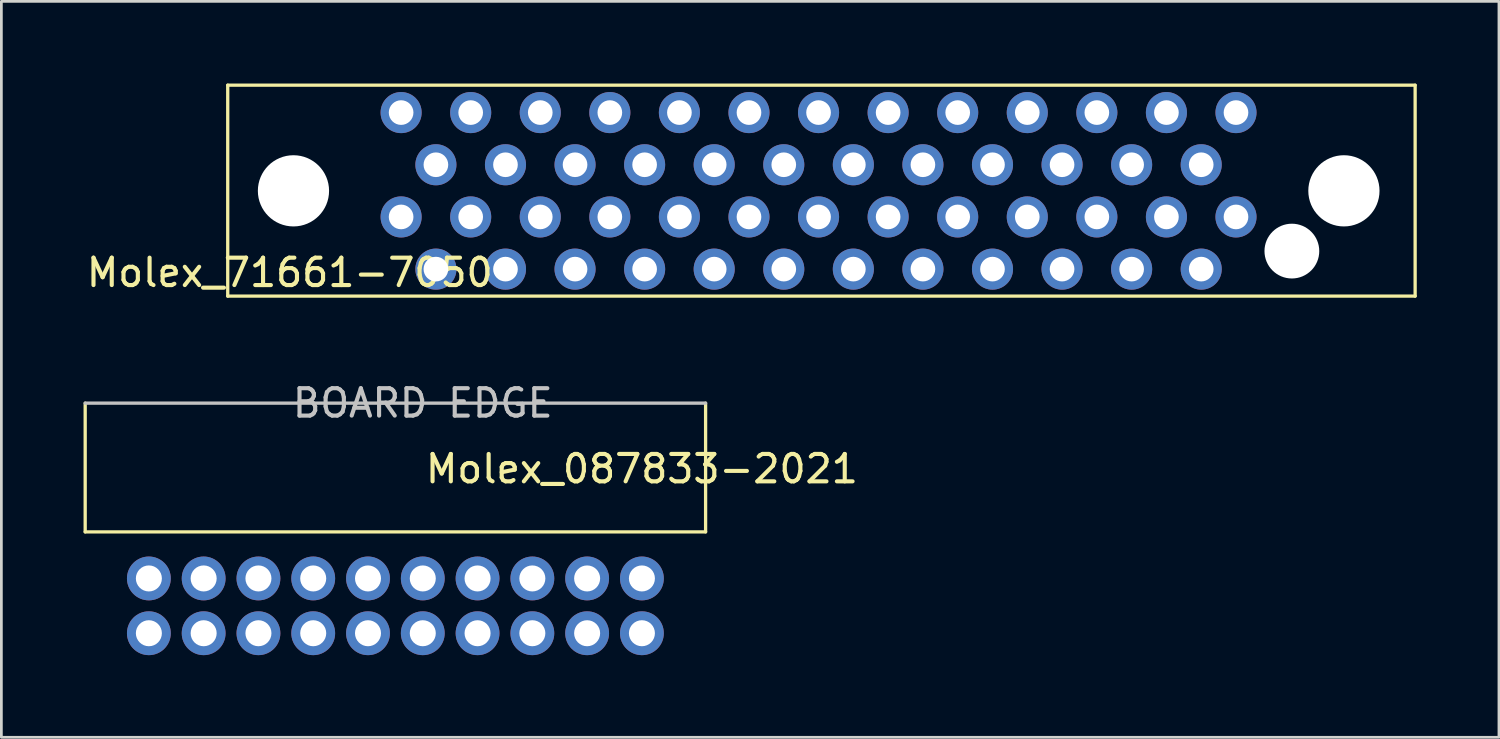
<source format=kicad_pcb>
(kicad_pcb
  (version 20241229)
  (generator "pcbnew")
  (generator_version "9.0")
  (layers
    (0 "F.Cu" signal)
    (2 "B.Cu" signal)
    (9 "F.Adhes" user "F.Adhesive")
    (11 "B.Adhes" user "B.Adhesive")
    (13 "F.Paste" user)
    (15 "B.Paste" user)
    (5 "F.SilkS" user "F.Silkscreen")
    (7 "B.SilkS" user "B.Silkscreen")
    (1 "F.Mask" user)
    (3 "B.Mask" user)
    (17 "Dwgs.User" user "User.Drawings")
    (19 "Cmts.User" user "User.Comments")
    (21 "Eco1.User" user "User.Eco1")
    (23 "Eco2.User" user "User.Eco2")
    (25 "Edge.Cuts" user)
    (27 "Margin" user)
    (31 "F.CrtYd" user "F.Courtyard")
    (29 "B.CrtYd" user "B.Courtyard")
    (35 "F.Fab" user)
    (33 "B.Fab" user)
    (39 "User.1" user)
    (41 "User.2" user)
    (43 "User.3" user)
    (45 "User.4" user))
  (footprint "Molex_71661-7050"
    (layer "F.Cu")
    (at 46.014 3.917)
    (property "Reference" "Molex_71661-7050" (at -38.484 2.985 0) (layer "F.SilkS") (effects (font (size 1 1) (thickness 0.15))))
    (attr through_hole)
    (fp_line (start -40.75 -3.857) (end -40.75 3.843) (stroke (width 0.12) (type solid)) (layer "F.SilkS"))
    (fp_line (start -40.75 -3.857) (end 2.6 -3.857) (stroke (width 0.12) (type solid)) (layer "F.SilkS"))
    (fp_line (start -40.75 3.843) (end 2.6 3.843) (stroke (width 0.12) (type solid)) (layer "F.SilkS"))
    (fp_line (start 2.6 -3.857) (end 2.6 3.843) (stroke (width 0.12) (type solid)) (layer "F.SilkS"))
    (pad "" np_thru_hole circle (at -38.35 0) (size 2.6 2.6) (drill 2.6) (layers "*.Cu" "*.Mask"))
    (pad "" np_thru_hole circle (at -1.9 2.2) (size 2 2) (drill 2) (layers "*.Cu" "*.Mask"))
    (pad "" np_thru_hole circle (at 0 0) (size 2.6 2.6) (drill 2.6) (layers "*.Cu" "*.Mask"))
    (pad "1" thru_hole circle (at -3.94 -2.857) (size 1.5 1.5) (drill 0.9) (layers "*.Cu" "*.Mask"))
    (pad "2" thru_hole circle (at -5.21 -0.952) (size 1.5 1.5) (drill 0.9) (layers "*.Cu" "*.Mask"))
    (pad "3" thru_hole circle (at -6.48 -2.857) (size 1.5 1.5) (drill 0.9) (layers "*.Cu" "*.Mask"))
    (pad "4" thru_hole circle (at -7.75 -0.952) (size 1.5 1.5) (drill 0.9) (layers "*.Cu" "*.Mask"))
    (pad "5" thru_hole circle (at -9.02 -2.857) (size 1.5 1.5) (drill 0.9) (layers "*.Cu" "*.Mask"))
    (pad "6" thru_hole circle (at -10.29 -0.952) (size 1.5 1.5) (drill 0.9) (layers "*.Cu" "*.Mask"))
    (pad "7" thru_hole circle (at -11.56 -2.857) (size 1.5 1.5) (drill 0.9) (layers "*.Cu" "*.Mask"))
    (pad "8" thru_hole circle (at -12.83 -0.952) (size 1.5 1.5) (drill 0.9) (layers "*.Cu" "*.Mask"))
    (pad "9" thru_hole circle (at -14.1 -2.857) (size 1.5 1.5) (drill 0.9) (layers "*.Cu" "*.Mask"))
    (pad "10" thru_hole circle (at -15.37 -0.952) (size 1.5 1.5) (drill 0.9) (layers "*.Cu" "*.Mask"))
    (pad "11" thru_hole circle (at -16.64 -2.857) (size 1.5 1.5) (drill 0.9) (layers "*.Cu" "*.Mask"))
    (pad "12" thru_hole circle (at -17.91 -0.952) (size 1.5 1.5) (drill 0.9) (layers "*.Cu" "*.Mask"))
    (pad "13" thru_hole circle (at -19.18 -2.857) (size 1.5 1.5) (drill 0.9) (layers "*.Cu" "*.Mask"))
    (pad "14" thru_hole circle (at -20.45 -0.952) (size 1.5 1.5) (drill 0.9) (layers "*.Cu" "*.Mask"))
    (pad "15" thru_hole circle (at -21.72 -2.857) (size 1.5 1.5) (drill 0.9) (layers "*.Cu" "*.Mask"))
    (pad "16" thru_hole circle (at -22.99 -0.952) (size 1.5 1.5) (drill 0.9) (layers "*.Cu" "*.Mask"))
    (pad "17" thru_hole circle (at -24.26 -2.857) (size 1.5 1.5) (drill 0.9) (layers "*.Cu" "*.Mask"))
    (pad "18" thru_hole circle (at -25.53 -0.952) (size 1.5 1.5) (drill 0.9) (layers "*.Cu" "*.Mask"))
    (pad "19" thru_hole circle (at -26.8 -2.857) (size 1.5 1.5) (drill 0.9) (layers "*.Cu" "*.Mask"))
    (pad "20" thru_hole circle (at -28.07 -0.952) (size 1.5 1.5) (drill 0.9) (layers "*.Cu" "*.Mask"))
    (pad "21" thru_hole circle (at -29.34 -2.857) (size 1.5 1.5) (drill 0.9) (layers "*.Cu" "*.Mask"))
    (pad "22" thru_hole circle (at -30.61 -0.952) (size 1.5 1.5) (drill 0.9) (layers "*.Cu" "*.Mask"))
    (pad "23" thru_hole circle (at -31.88 -2.857) (size 1.5 1.5) (drill 0.9) (layers "*.Cu" "*.Mask"))
    (pad "24" thru_hole circle (at -33.15 -0.952) (size 1.5 1.5) (drill 0.9) (layers "*.Cu" "*.Mask"))
    (pad "25" thru_hole circle (at -34.42 -2.857) (size 1.5 1.5) (drill 0.9) (layers "*.Cu" "*.Mask"))
    (pad "26" thru_hole circle (at -3.94 0.953) (size 1.5 1.5) (drill 0.9) (layers "*.Cu" "*.Mask"))
    (pad "27" thru_hole circle (at -5.21 2.858) (size 1.5 1.5) (drill 0.9) (layers "*.Cu" "*.Mask"))
    (pad "28" thru_hole circle (at -6.48 0.953) (size 1.5 1.5) (drill 0.9) (layers "*.Cu" "*.Mask"))
    (pad "29" thru_hole circle (at -7.75 2.858) (size 1.5 1.5) (drill 0.9) (layers "*.Cu" "*.Mask"))
    (pad "30" thru_hole circle (at -9.02 0.953) (size 1.5 1.5) (drill 0.9) (layers "*.Cu" "*.Mask"))
    (pad "31" thru_hole circle (at -10.29 2.858) (size 1.5 1.5) (drill 0.9) (layers "*.Cu" "*.Mask"))
    (pad "32" thru_hole circle (at -11.56 0.953) (size 1.5 1.5) (drill 0.9) (layers "*.Cu" "*.Mask"))
    (pad "33" thru_hole circle (at -12.83 2.858) (size 1.5 1.5) (drill 0.9) (layers "*.Cu" "*.Mask"))
    (pad "34" thru_hole circle (at -14.1 0.953) (size 1.5 1.5) (drill 0.9) (layers "*.Cu" "*.Mask"))
    (pad "35" thru_hole circle (at -15.37 2.858) (size 1.5 1.5) (drill 0.9) (layers "*.Cu" "*.Mask"))
    (pad "36" thru_hole circle (at -16.64 0.953) (size 1.5 1.5) (drill 0.9) (layers "*.Cu" "*.Mask"))
    (pad "37" thru_hole circle (at -17.91 2.858) (size 1.5 1.5) (drill 0.9) (layers "*.Cu" "*.Mask"))
    (pad "38" thru_hole circle (at -19.18 0.953) (size 1.5 1.5) (drill 0.9) (layers "*.Cu" "*.Mask"))
    (pad "39" thru_hole circle (at -20.45 2.858) (size 1.5 1.5) (drill 0.9) (layers "*.Cu" "*.Mask"))
    (pad "40" thru_hole circle (at -21.72 0.953) (size 1.5 1.5) (drill 0.9) (layers "*.Cu" "*.Mask"))
    (pad "41" thru_hole circle (at -22.99 2.858) (size 1.5 1.5) (drill 0.9) (layers "*.Cu" "*.Mask"))
    (pad "42" thru_hole circle (at -24.26 0.953) (size 1.5 1.5) (drill 0.9) (layers "*.Cu" "*.Mask"))
    (pad "43" thru_hole circle (at -25.53 2.858) (size 1.5 1.5) (drill 0.9) (layers "*.Cu" "*.Mask"))
    (pad "44" thru_hole circle (at -26.8 0.953) (size 1.5 1.5) (drill 0.9) (layers "*.Cu" "*.Mask"))
    (pad "45" thru_hole circle (at -28.07 2.858) (size 1.5 1.5) (drill 0.9) (layers "*.Cu" "*.Mask"))
    (pad "46" thru_hole circle (at -29.34 0.953) (size 1.5 1.5) (drill 0.9) (layers "*.Cu" "*.Mask"))
    (pad "47" thru_hole circle (at -30.61 2.858) (size 1.5 1.5) (drill 0.9) (layers "*.Cu" "*.Mask"))
    (pad "48" thru_hole circle (at -31.88 0.953) (size 1.5 1.5) (drill 0.9) (layers "*.Cu" "*.Mask"))
    (pad "49" thru_hole circle (at -33.15 2.858) (size 1.5 1.5) (drill 0.9) (layers "*.Cu" "*.Mask"))
    (pad "50" thru_hole circle (at -34.42 0.953) (size 1.5 1.5) (drill 0.9) (layers "*.Cu" "*.Mask")))
  (footprint "Molex_087833-2021"
    (layer "F.Cu")
    (at 11.385 11.668)
    (property "Reference" "Molex_087833-2021" (at 9 2.4 0) (layer "F.SilkS") (effects (font (size 1 1) (thickness 0.15))))
    (attr through_hole)
    (fp_line (start -11.325 0) (end -11.325 4.7) (stroke (width 0.12) (type solid)) (layer "F.SilkS"))
    (fp_line (start -11.325 4.7) (end 11.325 4.7) (stroke (width 0.12) (type solid)) (layer "F.SilkS"))
    (fp_line (start 11.325 0) (end 11.325 4.7) (stroke (width 0.12) (type solid)) (layer "F.SilkS"))
    (fp_line (start -11.325 0) (end 11.325 0) (stroke (width 0.12) (type solid)) (layer "Dwgs.User"))
    (fp_text user "BOARD EDGE" (at 1 0 0) (layer "Dwgs.User") (effects (font (size 1 1) (thickness 0.15))))
    (pad "1" thru_hole circle (at -9 8.4) (size 1.6 1.6) (drill 0.95) (layers "*.Cu" "*.Mask"))
    (pad "2" thru_hole circle (at -9 6.4) (size 1.6 1.6) (drill 0.95) (layers "*.Cu" "*.Mask"))
    (pad "3" thru_hole circle (at -7 8.4) (size 1.6 1.6) (drill 0.95) (layers "*.Cu" "*.Mask"))
    (pad "4" thru_hole circle (at -7 6.4) (size 1.6 1.6) (drill 0.95) (layers "*.Cu" "*.Mask"))
    (pad "5" thru_hole circle (at -5 8.4) (size 1.6 1.6) (drill 0.95) (layers "*.Cu" "*.Mask"))
    (pad "6" thru_hole circle (at -5 6.4) (size 1.6 1.6) (drill 0.95) (layers "*.Cu" "*.Mask"))
    (pad "7" thru_hole circle (at -3 8.4) (size 1.6 1.6) (drill 0.95) (layers "*.Cu" "*.Mask"))
    (pad "8" thru_hole circle (at -3 6.4) (size 1.6 1.6) (drill 0.95) (layers "*.Cu" "*.Mask"))
    (pad "9" thru_hole circle (at -1 8.4) (size 1.6 1.6) (drill 0.95) (layers "*.Cu" "*.Mask"))
    (pad "10" thru_hole circle (at -1 6.4) (size 1.6 1.6) (drill 0.95) (layers "*.Cu" "*.Mask"))
    (pad "11" thru_hole circle (at 1 8.4) (size 1.6 1.6) (drill 0.95) (layers "*.Cu" "*.Mask"))
    (pad "12" thru_hole circle (at 1 6.4) (size 1.6 1.6) (drill 0.95) (layers "*.Cu" "*.Mask"))
    (pad "13" thru_hole circle (at 3 8.4) (size 1.6 1.6) (drill 0.95) (layers "*.Cu" "*.Mask"))
    (pad "14" thru_hole circle (at 3 6.4) (size 1.6 1.6) (drill 0.95) (layers "*.Cu" "*.Mask"))
    (pad "15" thru_hole circle (at 5 8.4) (size 1.6 1.6) (drill 0.95) (layers "*.Cu" "*.Mask"))
    (pad "16" thru_hole circle (at 5 6.4) (size 1.6 1.6) (drill 0.95) (layers "*.Cu" "*.Mask"))
    (pad "17" thru_hole circle (at 7 8.4) (size 1.6 1.6) (drill 0.95) (layers "*.Cu" "*.Mask"))
    (pad "18" thru_hole circle (at 7 6.4) (size 1.6 1.6) (drill 0.95) (layers "*.Cu" "*.Mask"))
    (pad "19" thru_hole circle (at 9 8.4) (size 1.6 1.6) (drill 0.95) (layers "*.Cu" "*.Mask"))
    (pad "20" thru_hole circle (at 9 6.4) (size 1.6 1.6) (drill 0.95) (layers "*.Cu" "*.Mask")))
  (gr_rect
    (start -3 -3)
    (end 51.674 23.868)
    (stroke (width 0.1) (type default))
    (fill no)
    (layer "Edge.Cuts")))
</source>
